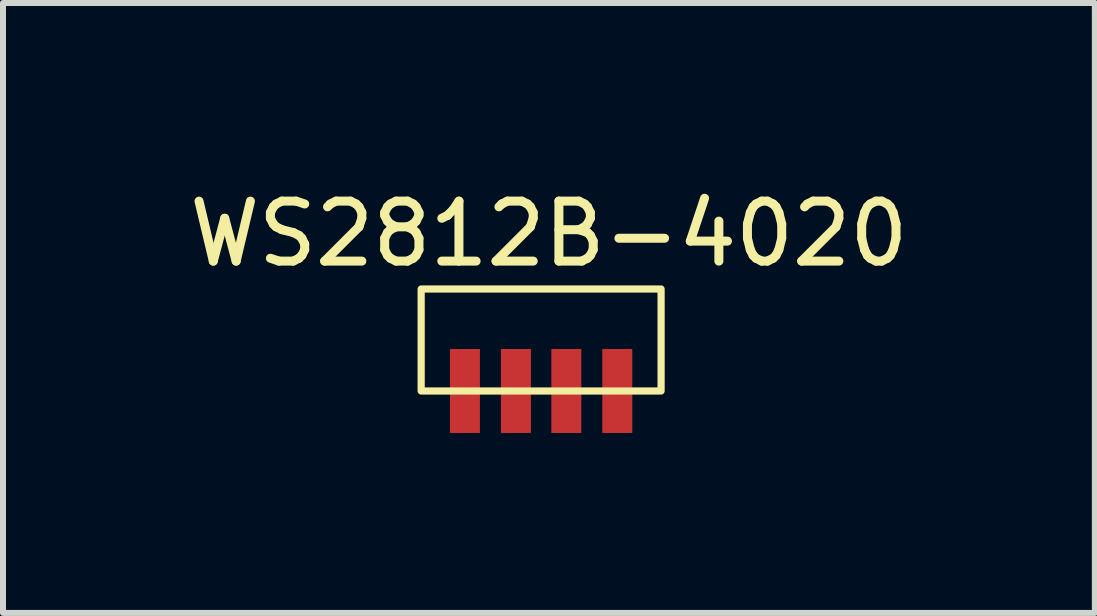
<source format=kicad_pcb>
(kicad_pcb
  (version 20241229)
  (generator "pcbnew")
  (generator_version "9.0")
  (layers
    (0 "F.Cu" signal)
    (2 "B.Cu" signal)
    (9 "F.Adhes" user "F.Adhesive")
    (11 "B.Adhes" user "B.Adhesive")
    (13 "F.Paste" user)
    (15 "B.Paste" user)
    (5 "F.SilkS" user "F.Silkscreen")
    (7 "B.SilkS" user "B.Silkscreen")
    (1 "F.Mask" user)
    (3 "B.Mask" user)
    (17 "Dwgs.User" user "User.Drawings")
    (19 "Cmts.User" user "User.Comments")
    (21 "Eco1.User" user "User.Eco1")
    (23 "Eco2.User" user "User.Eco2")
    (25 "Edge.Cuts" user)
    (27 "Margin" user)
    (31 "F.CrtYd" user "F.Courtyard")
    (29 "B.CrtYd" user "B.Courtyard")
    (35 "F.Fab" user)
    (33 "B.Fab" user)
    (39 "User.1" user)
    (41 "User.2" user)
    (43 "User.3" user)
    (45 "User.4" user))
  (footprint "WS2812B-4020"
    (layer "F.Cu")
    (at 5.971 2.768)
    (property "Reference" "WS2812B-4020" (at 0.13 -1.92 0) (unlocked yes) (layer "F.SilkS") (effects (font (size 1 1) (thickness 0.15))))
    (attr smd)
    (fp_rect (start -2 0.7) (end 2 -1) (stroke (width 0.12) (type solid)) (fill no) (layer "F.SilkS"))
    (pad "1" smd rect (at 0.42 0.7) (size 0.5 1.4) (layers "F.Cu" "F.Mask" "F.Paste"))
    (pad "2" smd rect (at -0.42 0.7) (size 0.5 1.4) (layers "F.Cu" "F.Mask" "F.Paste"))
    (pad "3" smd rect (at -1.27 0.7) (size 0.5 1.4) (layers "F.Cu" "F.Mask" "F.Paste"))
    (pad "4" smd rect (at 1.27 0.7) (size 0.5 1.4) (layers "F.Cu" "F.Mask" "F.Paste")))
  (gr_rect
    (start -3 -3)
    (end 15.202 7.168)
    (stroke (width 0.1) (type default))
    (fill no)
    (layer "Edge.Cuts")))
</source>
